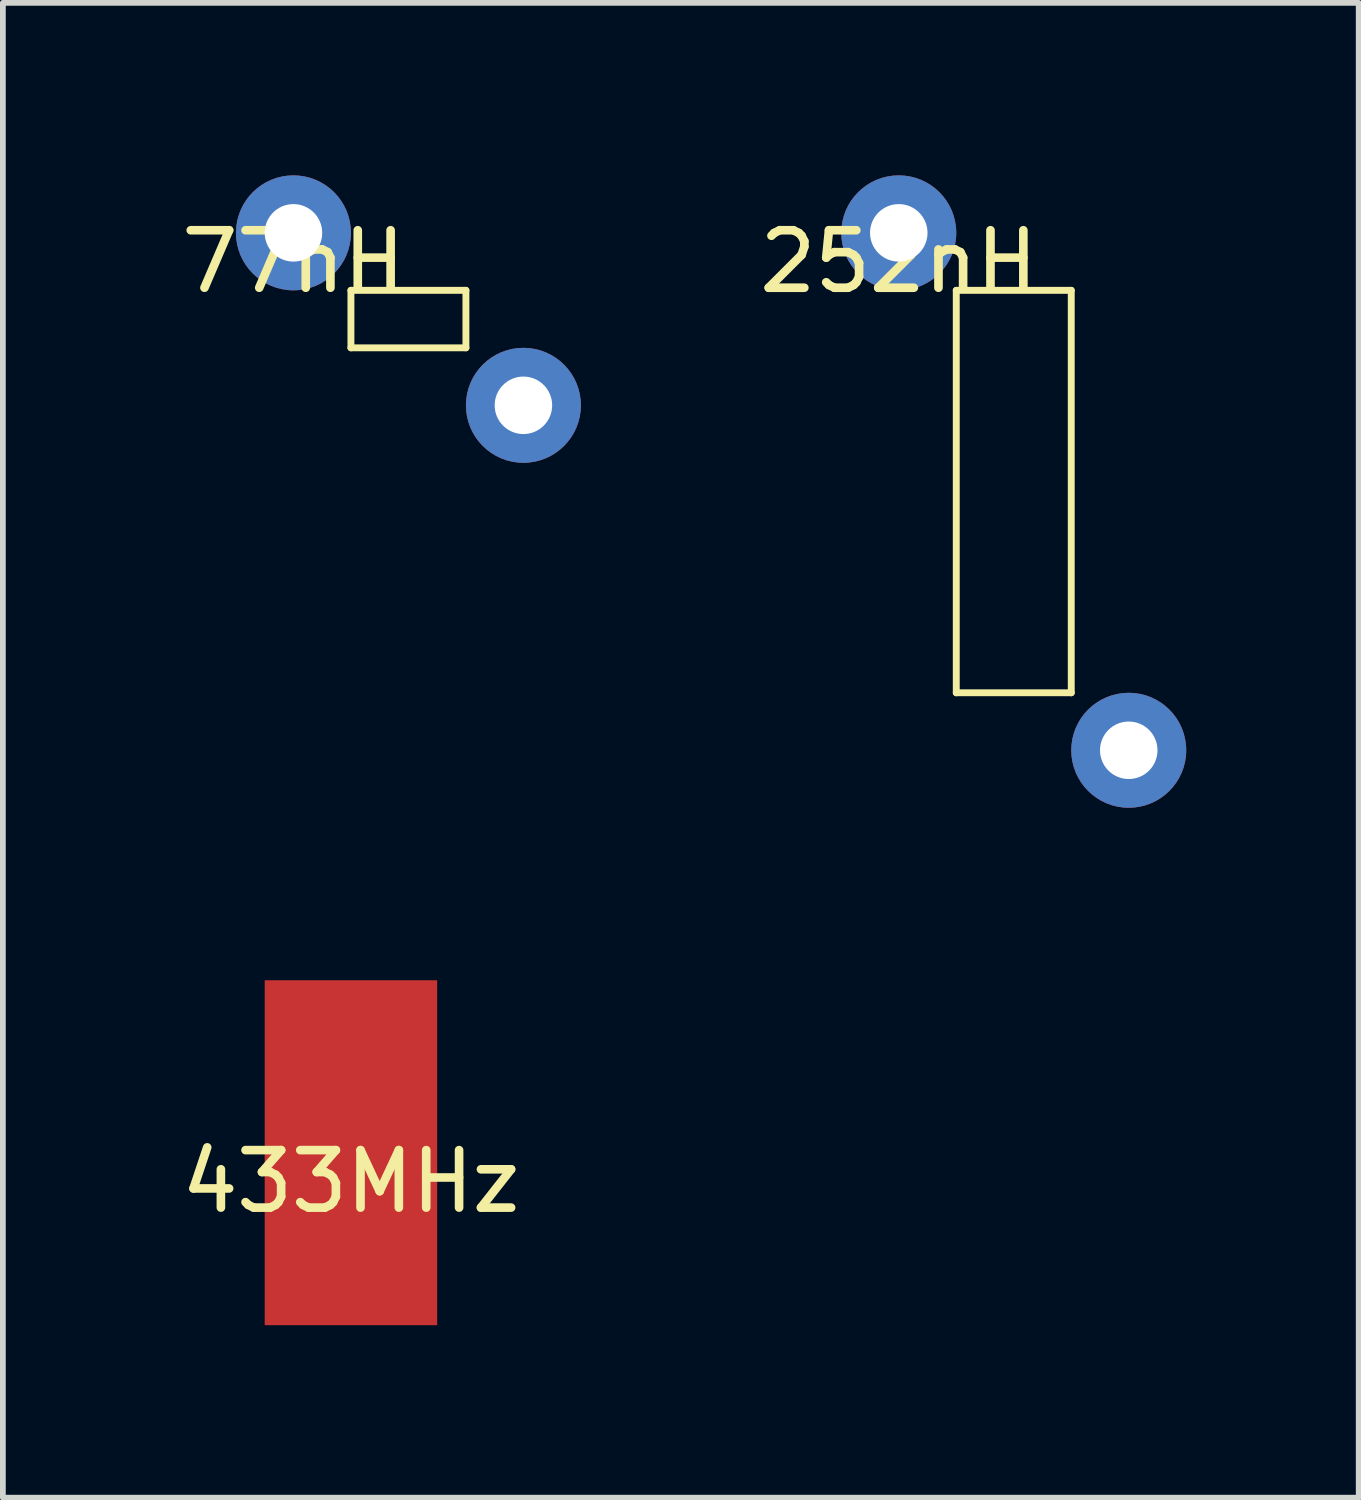
<source format=kicad_pcb>
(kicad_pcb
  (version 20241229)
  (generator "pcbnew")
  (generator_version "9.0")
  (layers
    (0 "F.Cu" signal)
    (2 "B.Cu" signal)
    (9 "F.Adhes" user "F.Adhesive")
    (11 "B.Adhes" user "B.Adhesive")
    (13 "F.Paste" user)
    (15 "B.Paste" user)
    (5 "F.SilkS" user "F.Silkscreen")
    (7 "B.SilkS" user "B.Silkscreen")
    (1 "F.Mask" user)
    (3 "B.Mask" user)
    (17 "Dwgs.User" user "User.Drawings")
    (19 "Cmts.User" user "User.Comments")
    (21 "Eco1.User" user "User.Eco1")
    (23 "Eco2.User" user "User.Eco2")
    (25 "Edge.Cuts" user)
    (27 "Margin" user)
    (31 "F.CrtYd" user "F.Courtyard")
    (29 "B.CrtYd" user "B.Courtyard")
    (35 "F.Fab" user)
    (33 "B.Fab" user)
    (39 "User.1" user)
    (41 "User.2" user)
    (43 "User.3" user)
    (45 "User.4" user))
  (footprint "77nH"
    (layer "F.Cu")
    (at 2.054 1)
    (property "Reference" "77nH" (at 0 0.5 0) (layer "F.SilkS") (effects (font (size 1 1) (thickness 0.15))))
    (attr through_hole)
    (fp_line (start 1 1) (end 1 2) (stroke (width 0.12) (type solid)) (layer "F.SilkS"))
    (fp_line (start 1 2) (end 3 2) (stroke (width 0.12) (type solid)) (layer "F.SilkS"))
    (fp_line (start 3 1) (end 1 1) (stroke (width 0.12) (type solid)) (layer "F.SilkS"))
    (fp_line (start 3 2) (end 3 1) (stroke (width 0.12) (type solid)) (layer "F.SilkS"))
    (pad "1" thru_hole circle (at 0 0) (size 2 2) (drill 1) (layers "*.Cu" "*.Mask"))
    (pad "2" thru_hole circle (at 4 3) (size 2 2) (drill 1) (layers "*.Cu" "*.Mask")))
  (footprint "252nH"
    (layer "F.Cu")
    (at 12.583 1)
    (property "Reference" "252nH" (at 0 0.5 0) (layer "F.SilkS") (effects (font (size 1 1) (thickness 0.15))))
    (attr through_hole)
    (fp_line (start 1 1) (end 1 8) (stroke (width 0.12) (type solid)) (layer "F.SilkS"))
    (fp_line (start 1 8) (end 3 8) (stroke (width 0.12) (type solid)) (layer "F.SilkS"))
    (fp_line (start 3 1) (end 1 1) (stroke (width 0.12) (type solid)) (layer "F.SilkS"))
    (fp_line (start 3 8) (end 3 1) (stroke (width 0.12) (type solid)) (layer "F.SilkS"))
    (pad "1" thru_hole circle (at 0 0) (size 2 2) (drill 1) (layers "*.Cu" "*.Mask"))
    (pad "2" thru_hole circle (at 4 9) (size 2 2) (drill 1) (layers "*.Cu" "*.Mask")))
  (footprint "433MHz"
    (layer "F.Cu")
    (at 3.054 17)
    (property "Reference" "433MHz" (at 0 0.5 0) (layer "F.SilkS") (effects (font (size 1 1) (thickness 0.15))))
    (attr through_hole)
    (pad "1" smd rect (at 0 0) (size 3 6) (layers "F.Cu" "F.Mask" "F.Paste")))
  (gr_rect
    (start -3 -3)
    (end 20.583 23)
    (stroke (width 0.1) (type default))
    (fill no)
    (layer "Edge.Cuts")))
</source>
